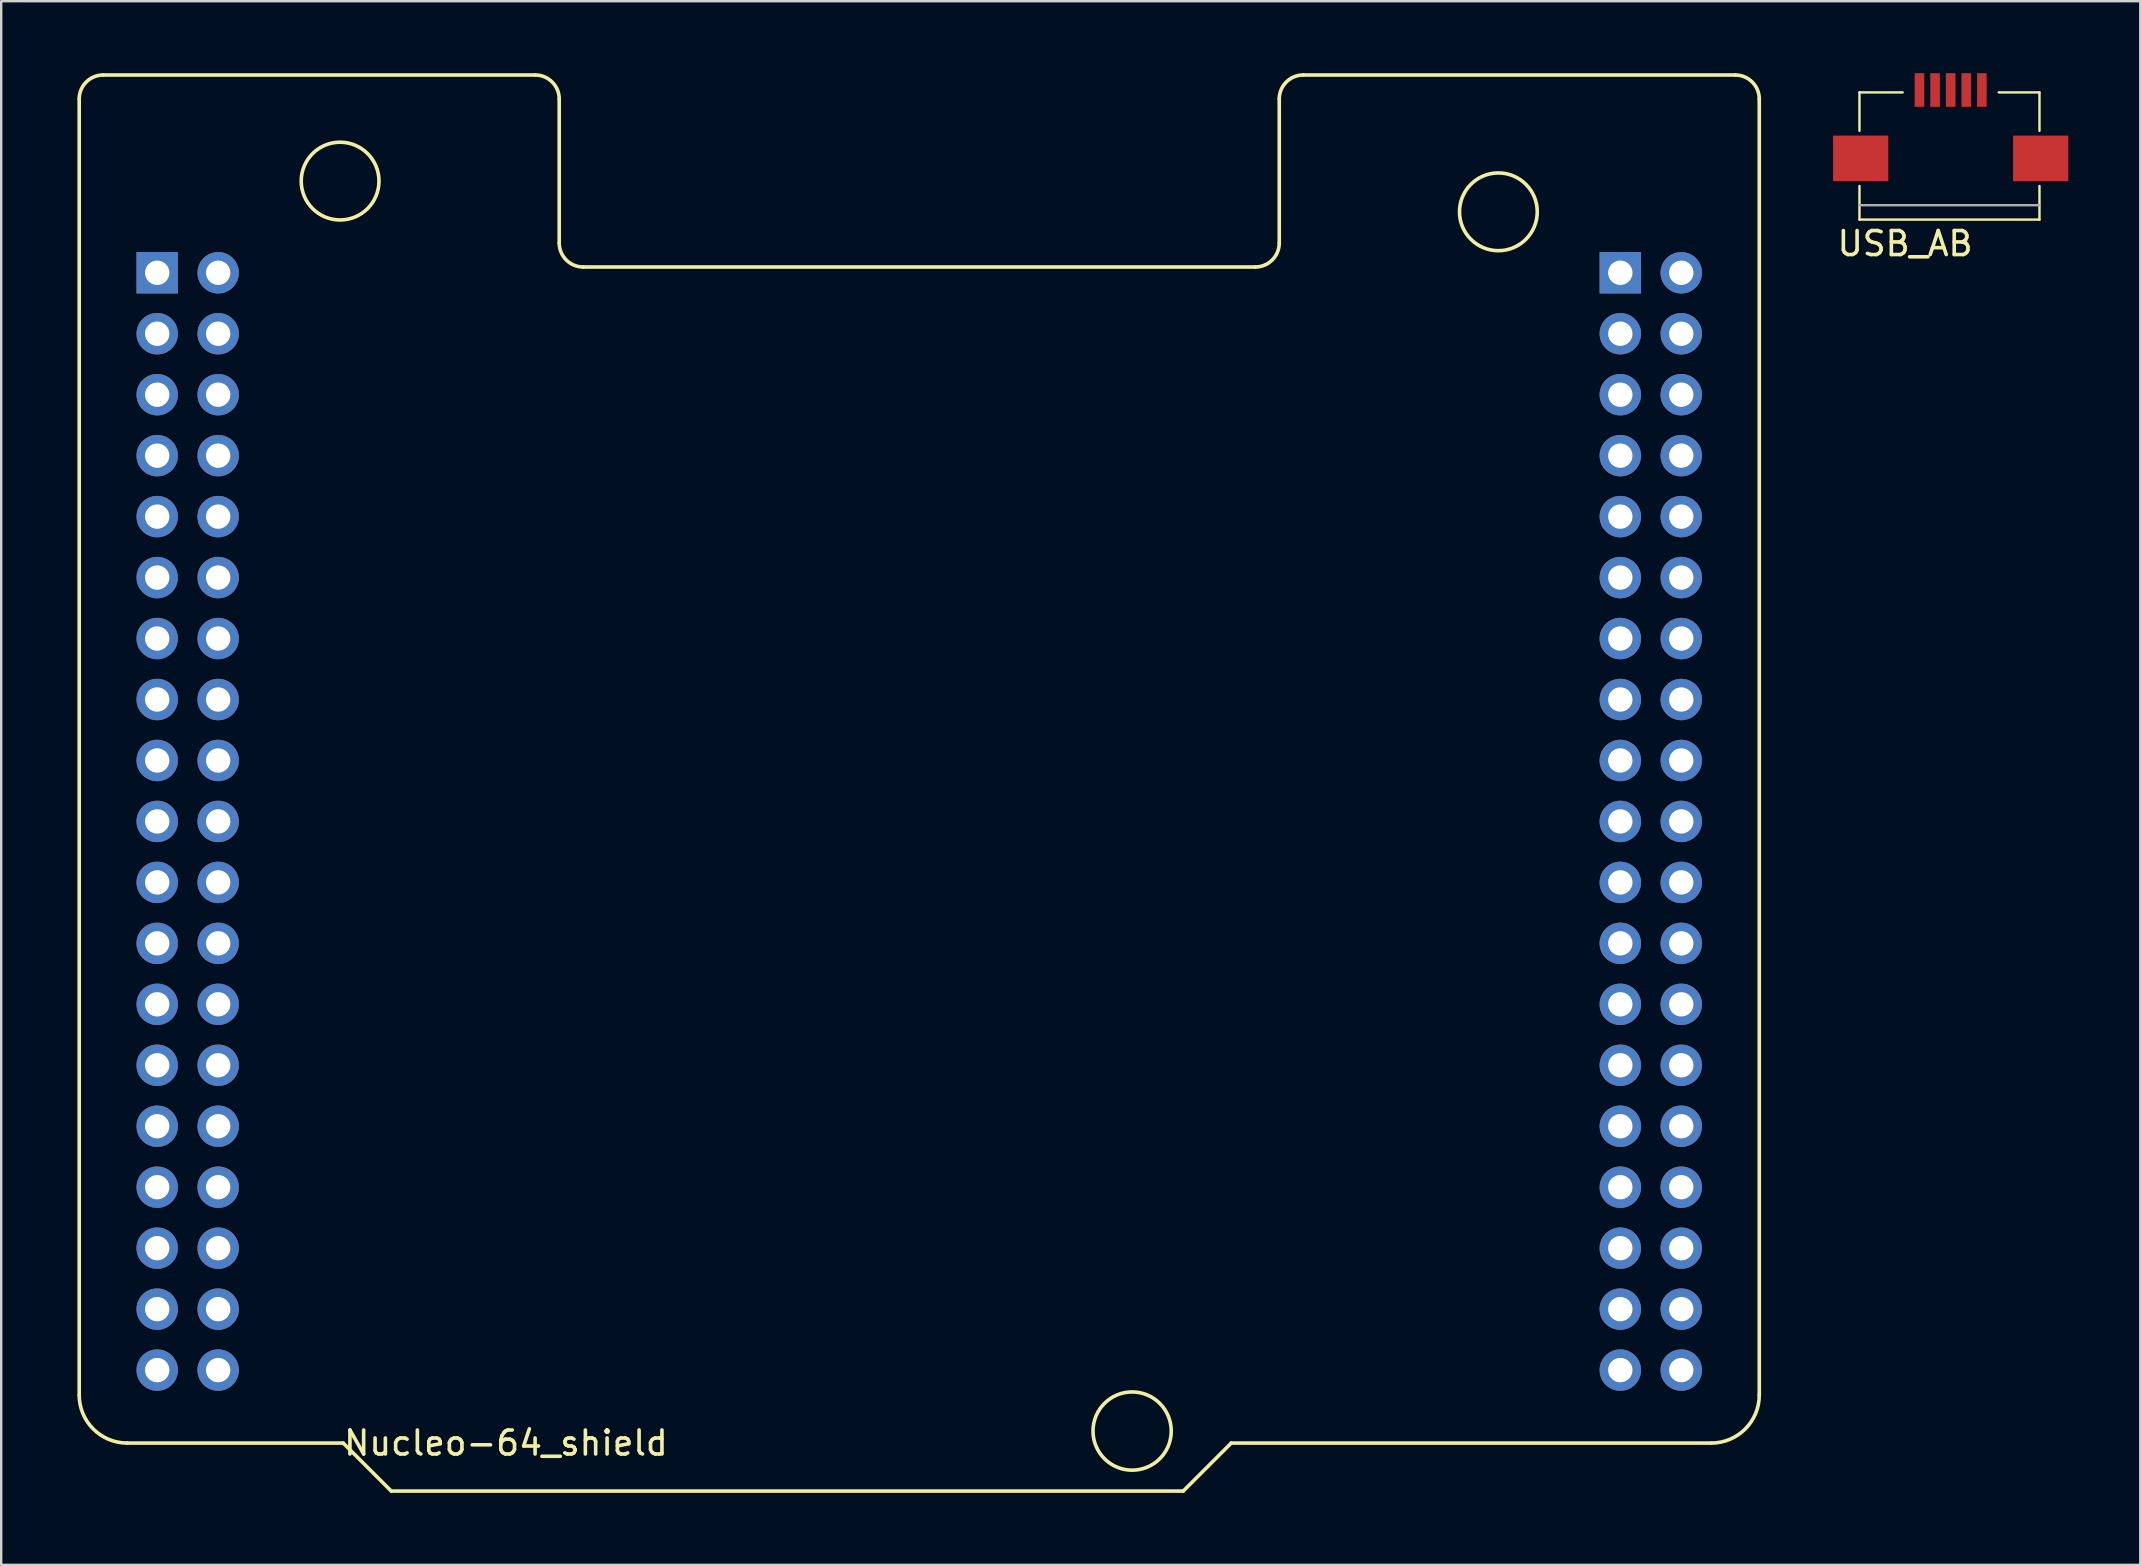
<source format=kicad_pcb>
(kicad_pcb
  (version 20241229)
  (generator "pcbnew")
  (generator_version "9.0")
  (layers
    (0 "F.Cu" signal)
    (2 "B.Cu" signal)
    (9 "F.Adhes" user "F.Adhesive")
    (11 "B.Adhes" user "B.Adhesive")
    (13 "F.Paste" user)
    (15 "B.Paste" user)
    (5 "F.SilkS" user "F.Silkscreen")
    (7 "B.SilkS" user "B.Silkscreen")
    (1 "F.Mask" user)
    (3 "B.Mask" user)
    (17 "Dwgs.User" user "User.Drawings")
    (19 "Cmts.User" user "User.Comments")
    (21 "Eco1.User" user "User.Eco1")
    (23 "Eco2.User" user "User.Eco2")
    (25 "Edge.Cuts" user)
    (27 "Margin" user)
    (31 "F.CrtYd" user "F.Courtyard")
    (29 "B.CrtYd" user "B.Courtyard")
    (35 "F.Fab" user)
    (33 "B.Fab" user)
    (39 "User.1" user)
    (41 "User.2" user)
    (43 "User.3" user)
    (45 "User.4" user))
  (footprint "USB_AB"
    (layer "F.Cu")
    (at 76.925 0.7)
    (property "Reference" "USB_AB" (at -0.6 6.4 0) (layer "F.SilkS") (effects (font (size 1 1) (thickness 0.15))))
    (attr through_hole)
    (fp_line (start -2.5 0.1) (end -2.5 1.7) (stroke (width 0.1) (type solid)) (layer "F.SilkS"))
    (fp_line (start -2.5 5.4) (end -2.5 4) (stroke (width 0.1) (type solid)) (layer "F.SilkS"))
    (fp_line (start -2.5 5.4) (end 5 5.4) (stroke (width 0.1) (type solid)) (layer "F.SilkS"))
    (fp_line (start -0.7 0.1) (end -2.5 0.1) (stroke (width 0.1) (type solid)) (layer "F.SilkS"))
    (fp_line (start 3.3 0.1) (end 5 0.1) (stroke (width 0.1) (type solid)) (layer "F.SilkS"))
    (fp_line (start 5 0.1) (end 5 1.7) (stroke (width 0.1) (type solid)) (layer "F.SilkS"))
    (fp_line (start 5 5.4) (end 5 4) (stroke (width 0.1) (type solid)) (layer "F.SilkS"))
    (fp_line (start -2.5 4.8) (end 5 4.8) (stroke (width 0.1) (type solid)) (layer "F.Fab"))
    (pad "1" smd rect (at 0 0) (size 0.4 1.4) (layers "F.Cu" "F.Mask" "F.Paste"))
    (pad "2" smd rect (at 0.65 0) (size 0.4 1.4) (layers "F.Cu" "F.Mask" "F.Paste"))
    (pad "3" smd rect (at 1.3 0) (size 0.4 1.4) (layers "F.Cu" "F.Mask" "F.Paste"))
    (pad "4" smd rect (at 1.95 0) (size 0.4 1.4) (layers "F.Cu" "F.Mask" "F.Paste"))
    (pad "5" smd rect (at 2.6 0) (size 0.4 1.4) (layers "F.Cu" "F.Mask" "F.Paste"))
    (pad "6" smd rect (at -2.45 2.85) (size 2.3 1.9) (layers "F.Cu" "F.Mask" "F.Paste"))
    (pad "6" smd rect (at 5.05 2.85) (size 2.3 1.9) (layers "F.Cu" "F.Mask" "F.Paste")))
  (footprint "Nucleo-64_shield"
    (layer "F.Cu")
    (at 0.25 57.075)
    (property "Reference" "Nucleo-64_shield" (at 17.78 0 0) (layer "F.SilkS") (effects (font (size 1 1) (thickness 0.15))))
    (attr through_hole)
    (fp_line (start 0 -2) (end 0 -56) (stroke (width 0.15) (type solid)) (layer "F.SilkS"))
    (fp_line (start 1 -57) (end 19 -57) (stroke (width 0.15) (type solid)) (layer "F.SilkS"))
    (fp_line (start 2 0) (end 11 0) (stroke (width 0.15) (type solid)) (layer "F.SilkS"))
    (fp_line (start 11 0) (end 13 2) (stroke (width 0.15) (type solid)) (layer "F.SilkS"))
    (fp_line (start 13 2) (end 46 2) (stroke (width 0.15) (type solid)) (layer "F.SilkS"))
    (fp_line (start 20 -56) (end 20 -50) (stroke (width 0.15) (type solid)) (layer "F.SilkS"))
    (fp_line (start 21 -49) (end 49 -49) (stroke (width 0.15) (type solid)) (layer "F.SilkS"))
    (fp_line (start 46 2) (end 48 0) (stroke (width 0.15) (type solid)) (layer "F.SilkS"))
    (fp_line (start 48 0) (end 68 0) (stroke (width 0.15) (type solid)) (layer "F.SilkS"))
    (fp_line (start 50 -56) (end 50 -50) (stroke (width 0.15) (type solid)) (layer "F.SilkS"))
    (fp_line (start 51 -57) (end 69 -57) (stroke (width 0.15) (type solid)) (layer "F.SilkS"))
    (fp_line (start 70 -2) (end 70 -56) (stroke (width 0.15) (type solid)) (layer "F.SilkS"))
    (fp_arc (start 0 -56) (mid 0.292893 -56.707107) (end 1 -57) (stroke (width 0.15) (type solid)) (layer "F.SilkS"))
    (fp_arc (start 2 0) (mid 0.585786 -0.585786) (end 0 -2) (stroke (width 0.15) (type solid)) (layer "F.SilkS"))
    (fp_arc (start 19 -57) (mid 19.707107 -56.707107) (end 20 -56) (stroke (width 0.15) (type solid)) (layer "F.SilkS"))
    (fp_arc (start 21 -49) (mid 20.292893 -49.292893) (end 20 -50) (stroke (width 0.15) (type solid)) (layer "F.SilkS"))
    (fp_arc (start 50 -56) (mid 50.292893 -56.707107) (end 51 -57) (stroke (width 0.15) (type solid)) (layer "F.SilkS"))
    (fp_arc (start 50 -50) (mid 49.707107 -49.292893) (end 49 -49) (stroke (width 0.15) (type solid)) (layer "F.SilkS"))
    (fp_arc (start 69 -57) (mid 69.707107 -56.707107) (end 70 -56) (stroke (width 0.15) (type solid)) (layer "F.SilkS"))
    (fp_arc (start 70 -2) (mid 69.414214 -0.585786) (end 68 0) (stroke (width 0.15) (type solid)) (layer "F.SilkS"))
    (fp_circle (center 10.87 -52.58) (end 12.49 -52.58) (stroke (width 0.15) (type solid)) (fill no) (layer "F.SilkS"))
    (fp_circle (center 43.87 -0.5) (end 45.5 -0.5) (stroke (width 0.15) (type solid)) (fill no) (layer "F.SilkS"))
    (fp_circle (center 59.13 -51.3) (end 60.75 -51.3) (stroke (width 0.15) (type solid)) (fill no) (layer "F.SilkS"))
    (pad "1" thru_hole rect (at 3.25 -48.76) (size 1.727 1.727) (drill 1.016) (layers "*.Cu" "*.Mask"))
    (pad "2" thru_hole circle (at 5.79 -48.76) (size 1.727 1.727) (drill 1.016) (layers "*.Cu" "*.Mask"))
    (pad "3" thru_hole circle (at 3.25 -46.22) (size 1.727 1.727) (drill 1.016) (layers "*.Cu" "*.Mask"))
    (pad "4" thru_hole circle (at 5.79 -46.22) (size 1.727 1.727) (drill 1.016) (layers "*.Cu" "*.Mask"))
    (pad "5" thru_hole circle (at 3.25 -43.68) (size 1.727 1.727) (drill 1.016) (layers "*.Cu" "*.Mask"))
    (pad "6" thru_hole circle (at 5.79 -43.68) (size 1.727 1.727) (drill 1.016) (layers "*.Cu" "*.Mask"))
    (pad "7" thru_hole circle (at 3.25 -41.14) (size 1.727 1.727) (drill 1.016) (layers "*.Cu" "*.Mask"))
    (pad "8" thru_hole circle (at 5.79 -41.14) (size 1.727 1.727) (drill 1.016) (layers "*.Cu" "*.Mask"))
    (pad "9" thru_hole circle (at 3.25 -38.6) (size 1.727 1.727) (drill 1.016) (layers "*.Cu" "*.Mask"))
    (pad "10" thru_hole circle (at 5.79 -38.6) (size 1.727 1.727) (drill 1.016) (layers "*.Cu" "*.Mask"))
    (pad "11" thru_hole circle (at 3.25 -36.06) (size 1.727 1.727) (drill 1.016) (layers "*.Cu" "*.Mask"))
    (pad "12" thru_hole circle (at 5.79 -36.06) (size 1.727 1.727) (drill 1.016) (layers "*.Cu" "*.Mask"))
    (pad "13" thru_hole circle (at 3.25 -33.52) (size 1.727 1.727) (drill 1.016) (layers "*.Cu" "*.Mask"))
    (pad "14" thru_hole circle (at 5.79 -33.52) (size 1.727 1.727) (drill 1.016) (layers "*.Cu" "*.Mask"))
    (pad "15" thru_hole circle (at 3.25 -30.98) (size 1.727 1.727) (drill 1.016) (layers "*.Cu" "*.Mask"))
    (pad "16" thru_hole circle (at 5.79 -30.98) (size 1.727 1.727) (drill 1.016) (layers "*.Cu" "*.Mask"))
    (pad "17" thru_hole circle (at 3.25 -28.44) (size 1.727 1.727) (drill 1.016) (layers "*.Cu" "*.Mask"))
    (pad "18" thru_hole circle (at 5.79 -28.44) (size 1.727 1.727) (drill 1.016) (layers "*.Cu" "*.Mask"))
    (pad "19" thru_hole circle (at 3.25 -25.9) (size 1.727 1.727) (drill 1.016) (layers "*.Cu" "*.Mask"))
    (pad "20" thru_hole circle (at 5.79 -25.9) (size 1.727 1.727) (drill 1.016) (layers "*.Cu" "*.Mask"))
    (pad "21" thru_hole circle (at 3.25 -23.36) (size 1.727 1.727) (drill 1.016) (layers "*.Cu" "*.Mask"))
    (pad "22" thru_hole circle (at 5.79 -23.36) (size 1.727 1.727) (drill 1.016) (layers "*.Cu" "*.Mask"))
    (pad "23" thru_hole circle (at 3.25 -20.82) (size 1.727 1.727) (drill 1.016) (layers "*.Cu" "*.Mask"))
    (pad "24" thru_hole circle (at 5.79 -20.82) (size 1.727 1.727) (drill 1.016) (layers "*.Cu" "*.Mask"))
    (pad "25" thru_hole circle (at 3.25 -18.28) (size 1.727 1.727) (drill 1.016) (layers "*.Cu" "*.Mask"))
    (pad "26" thru_hole circle (at 5.79 -18.28) (size 1.727 1.727) (drill 1.016) (layers "*.Cu" "*.Mask"))
    (pad "27" thru_hole circle (at 3.25 -15.74) (size 1.727 1.727) (drill 1.016) (layers "*.Cu" "*.Mask"))
    (pad "28" thru_hole circle (at 5.79 -15.74) (size 1.727 1.727) (drill 1.016) (layers "*.Cu" "*.Mask"))
    (pad "29" thru_hole circle (at 3.25 -13.2) (size 1.727 1.727) (drill 1.016) (layers "*.Cu" "*.Mask"))
    (pad "30" thru_hole circle (at 5.79 -13.2) (size 1.727 1.727) (drill 1.016) (layers "*.Cu" "*.Mask"))
    (pad "31" thru_hole circle (at 3.25 -10.66) (size 1.727 1.727) (drill 1.016) (layers "*.Cu" "*.Mask"))
    (pad "32" thru_hole circle (at 5.79 -10.66) (size 1.727 1.727) (drill 1.016) (layers "*.Cu" "*.Mask"))
    (pad "33" thru_hole circle (at 3.25 -8.12) (size 1.727 1.727) (drill 1.016) (layers "*.Cu" "*.Mask"))
    (pad "34" thru_hole circle (at 5.79 -8.12) (size 1.727 1.727) (drill 1.016) (layers "*.Cu" "*.Mask"))
    (pad "35" thru_hole circle (at 3.25 -5.58) (size 1.727 1.727) (drill 1.016) (layers "*.Cu" "*.Mask"))
    (pad "36" thru_hole circle (at 5.79 -5.58) (size 1.727 1.727) (drill 1.016) (layers "*.Cu" "*.Mask"))
    (pad "37" thru_hole circle (at 3.25 -3.04) (size 1.727 1.727) (drill 1.016) (layers "*.Cu" "*.Mask"))
    (pad "38" thru_hole circle (at 5.79 -3.04) (size 1.727 1.727) (drill 1.016) (layers "*.Cu" "*.Mask"))
    (pad "39" thru_hole rect (at 64.21 -48.76) (size 1.727 1.727) (drill 1.016) (layers "*.Cu" "*.Mask"))
    (pad "40" thru_hole circle (at 66.75 -48.76) (size 1.727 1.727) (drill 1.016) (layers "*.Cu" "*.Mask"))
    (pad "41" thru_hole circle (at 64.21 -46.22) (size 1.727 1.727) (drill 1.016) (layers "*.Cu" "*.Mask"))
    (pad "42" thru_hole circle (at 66.75 -46.22) (size 1.727 1.727) (drill 1.016) (layers "*.Cu" "*.Mask"))
    (pad "43" thru_hole circle (at 64.21 -43.68) (size 1.727 1.727) (drill 1.016) (layers "*.Cu" "*.Mask"))
    (pad "44" thru_hole circle (at 66.75 -43.68) (size 1.727 1.727) (drill 1.016) (layers "*.Cu" "*.Mask"))
    (pad "45" thru_hole circle (at 64.21 -41.14) (size 1.727 1.727) (drill 1.016) (layers "*.Cu" "*.Mask"))
    (pad "46" thru_hole circle (at 66.75 -41.14) (size 1.727 1.727) (drill 1.016) (layers "*.Cu" "*.Mask"))
    (pad "47" thru_hole circle (at 64.21 -38.6) (size 1.727 1.727) (drill 1.016) (layers "*.Cu" "*.Mask"))
    (pad "48" thru_hole circle (at 66.75 -38.6) (size 1.727 1.727) (drill 1.016) (layers "*.Cu" "*.Mask"))
    (pad "49" thru_hole circle (at 64.21 -36.06) (size 1.727 1.727) (drill 1.016) (layers "*.Cu" "*.Mask"))
    (pad "50" thru_hole circle (at 66.75 -36.06) (size 1.727 1.727) (drill 1.016) (layers "*.Cu" "*.Mask"))
    (pad "51" thru_hole circle (at 64.21 -33.52) (size 1.727 1.727) (drill 1.016) (layers "*.Cu" "*.Mask"))
    (pad "52" thru_hole circle (at 66.75 -33.52) (size 1.727 1.727) (drill 1.016) (layers "*.Cu" "*.Mask"))
    (pad "53" thru_hole circle (at 64.21 -30.98) (size 1.727 1.727) (drill 1.016) (layers "*.Cu" "*.Mask"))
    (pad "54" thru_hole circle (at 66.75 -30.98) (size 1.727 1.727) (drill 1.016) (layers "*.Cu" "*.Mask"))
    (pad "55" thru_hole circle (at 64.21 -28.44) (size 1.727 1.727) (drill 1.016) (layers "*.Cu" "*.Mask"))
    (pad "56" thru_hole circle (at 66.75 -28.44) (size 1.727 1.727) (drill 1.016) (layers "*.Cu" "*.Mask"))
    (pad "57" thru_hole circle (at 64.21 -25.9) (size 1.727 1.727) (drill 1.016) (layers "*.Cu" "*.Mask"))
    (pad "58" thru_hole circle (at 66.75 -25.9) (size 1.727 1.727) (drill 1.016) (layers "*.Cu" "*.Mask"))
    (pad "59" thru_hole circle (at 64.21 -23.36) (size 1.727 1.727) (drill 1.016) (layers "*.Cu" "*.Mask"))
    (pad "60" thru_hole circle (at 66.75 -23.36) (size 1.727 1.727) (drill 1.016) (layers "*.Cu" "*.Mask"))
    (pad "61" thru_hole circle (at 64.21 -20.82) (size 1.727 1.727) (drill 1.016) (layers "*.Cu" "*.Mask"))
    (pad "62" thru_hole circle (at 66.75 -20.82) (size 1.727 1.727) (drill 1.016) (layers "*.Cu" "*.Mask"))
    (pad "63" thru_hole circle (at 64.21 -18.28) (size 1.727 1.727) (drill 1.016) (layers "*.Cu" "*.Mask"))
    (pad "64" thru_hole circle (at 66.75 -18.28) (size 1.727 1.727) (drill 1.016) (layers "*.Cu" "*.Mask"))
    (pad "65" thru_hole circle (at 64.21 -15.74) (size 1.727 1.727) (drill 1.016) (layers "*.Cu" "*.Mask"))
    (pad "66" thru_hole circle (at 66.75 -15.74) (size 1.727 1.727) (drill 1.016) (layers "*.Cu" "*.Mask"))
    (pad "67" thru_hole circle (at 64.21 -13.2) (size 1.727 1.727) (drill 1.016) (layers "*.Cu" "*.Mask"))
    (pad "68" thru_hole circle (at 66.75 -13.2) (size 1.727 1.727) (drill 1.016) (layers "*.Cu" "*.Mask"))
    (pad "69" thru_hole circle (at 64.21 -10.66) (size 1.727 1.727) (drill 1.016) (layers "*.Cu" "*.Mask"))
    (pad "70" thru_hole circle (at 66.75 -10.66) (size 1.727 1.727) (drill 1.016) (layers "*.Cu" "*.Mask"))
    (pad "71" thru_hole circle (at 64.21 -8.12) (size 1.727 1.727) (drill 1.016) (layers "*.Cu" "*.Mask"))
    (pad "72" thru_hole circle (at 66.75 -8.12) (size 1.727 1.727) (drill 1.016) (layers "*.Cu" "*.Mask"))
    (pad "73" thru_hole circle (at 64.21 -5.58) (size 1.727 1.727) (drill 1.016) (layers "*.Cu" "*.Mask"))
    (pad "74" thru_hole circle (at 66.75 -5.58) (size 1.727 1.727) (drill 1.016) (layers "*.Cu" "*.Mask"))
    (pad "75" thru_hole circle (at 64.21 -3.04) (size 1.727 1.727) (drill 1.016) (layers "*.Cu" "*.Mask"))
    (pad "76" thru_hole circle (at 66.75 -3.04) (size 1.727 1.727) (drill 1.016) (layers "*.Cu" "*.Mask")))
  (gr_rect
    (start -3 -3)
    (end 86.125 62.15)
    (stroke (width 0.1) (type default))
    (fill no)
    (layer "Edge.Cuts")))
</source>
